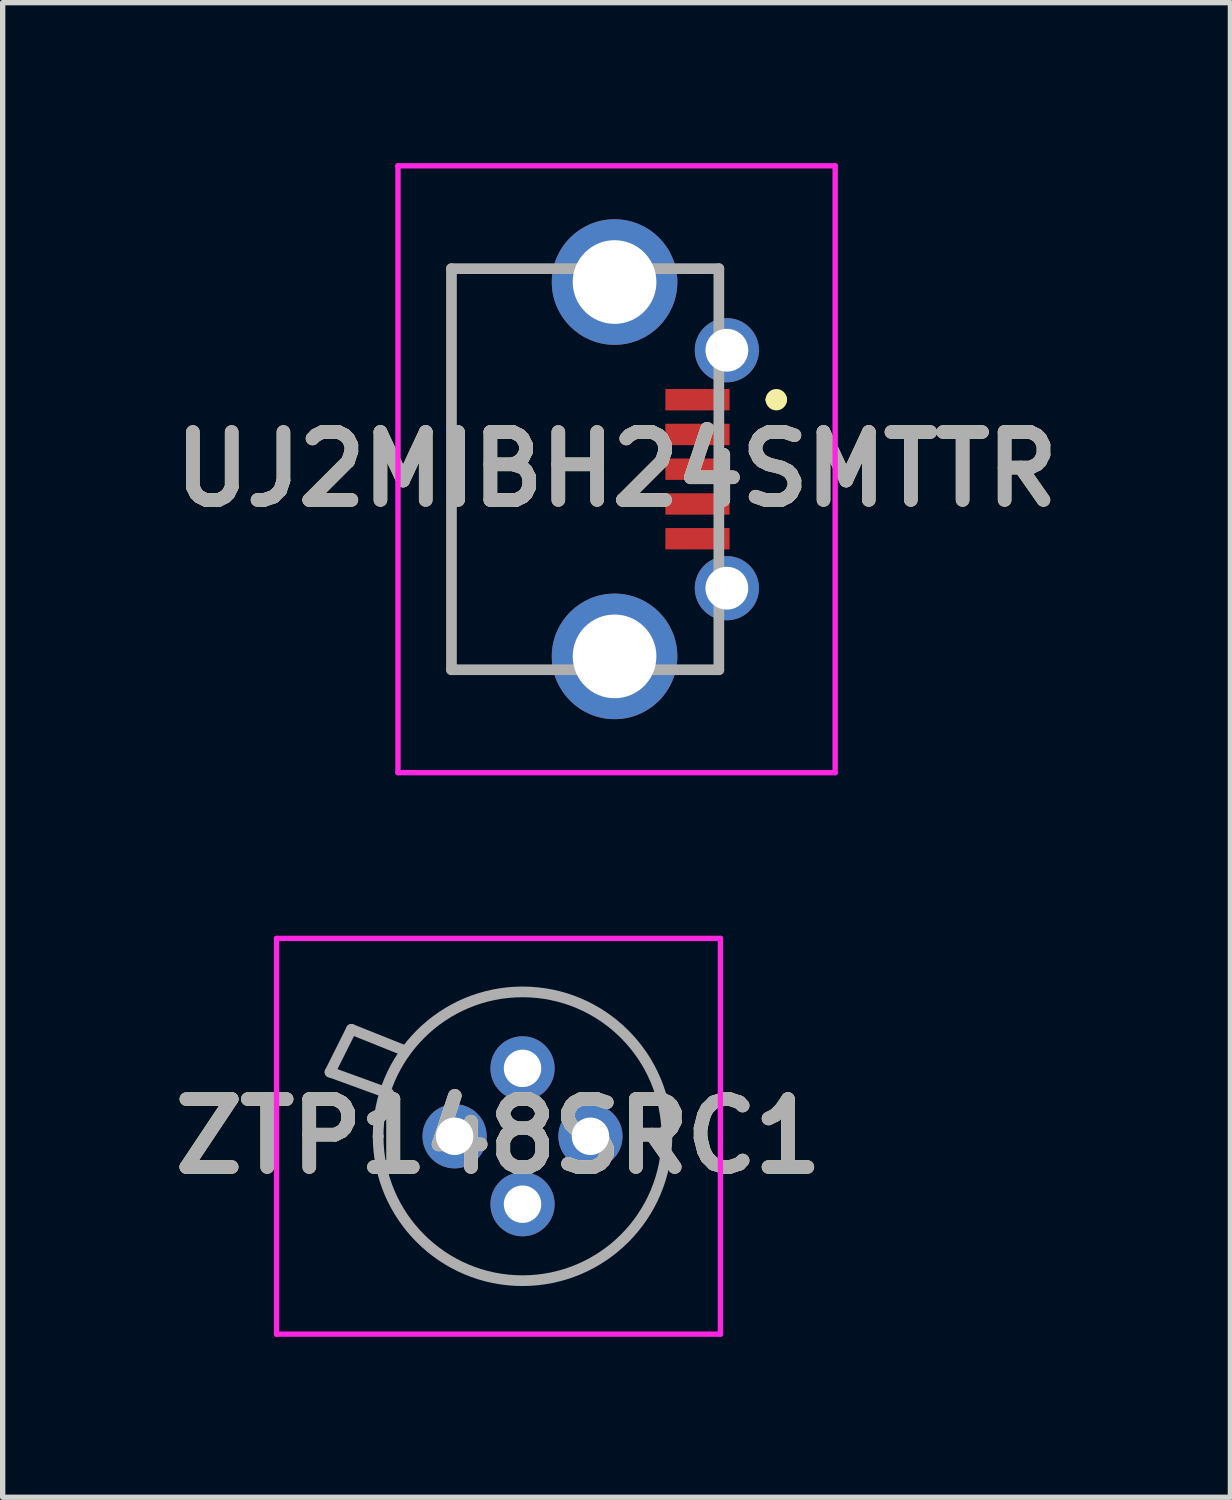
<source format=kicad_pcb>
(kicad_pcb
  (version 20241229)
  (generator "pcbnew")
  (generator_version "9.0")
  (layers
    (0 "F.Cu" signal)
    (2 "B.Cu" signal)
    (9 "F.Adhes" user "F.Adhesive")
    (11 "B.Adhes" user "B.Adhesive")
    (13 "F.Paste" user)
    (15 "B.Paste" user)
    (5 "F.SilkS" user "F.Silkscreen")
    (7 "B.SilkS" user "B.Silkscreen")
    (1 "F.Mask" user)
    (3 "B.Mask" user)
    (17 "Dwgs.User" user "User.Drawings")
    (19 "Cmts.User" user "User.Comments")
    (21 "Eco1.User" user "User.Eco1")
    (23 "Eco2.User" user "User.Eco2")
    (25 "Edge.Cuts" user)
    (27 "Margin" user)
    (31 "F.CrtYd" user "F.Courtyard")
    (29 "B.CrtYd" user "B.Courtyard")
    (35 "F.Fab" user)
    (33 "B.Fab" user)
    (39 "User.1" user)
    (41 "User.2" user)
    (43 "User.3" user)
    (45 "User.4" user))
  (footprint "UJ2MIBH24SMTTR"
    (layer "F.Cu")
    (at 7.967 5.724)
    (property "Reference" "UJ2MIBH24SMTTR" (at 0.512 0 0) (layer "F.SilkS") (effects (font (size 1.27 1.27) (thickness 0.254))))
    (attr through_hole)
    (fp_line (start -2.575 -3.75) (end -1.075 -3.75) (stroke (width 0.1) (type solid)) (layer "F.SilkS"))
    (fp_line (start -2.575 3.75) (end -2.575 -3.75) (stroke (width 0.1) (type solid)) (layer "F.SilkS"))
    (fp_line (start -1.575 3.75) (end -2.575 3.75) (stroke (width 0.1) (type solid)) (layer "F.SilkS"))
    (fp_line (start 2.025 -3.75) (end 2.425 -3.75) (stroke (width 0.1) (type solid)) (layer "F.SilkS"))
    (fp_line (start 2.025 3.75) (end 2.425 3.75) (stroke (width 0.1) (type solid)) (layer "F.SilkS"))
    (fp_line (start 2.425 -3.75) (end 2.425 -3.75) (stroke (width 0.1) (type solid)) (layer "F.SilkS"))
    (fp_line (start 2.425 3.75) (end 2.425 3.75) (stroke (width 0.1) (type solid)) (layer "F.SilkS"))
    (fp_line (start 3.4 -1.3) (end 3.4 -1.3) (stroke (width 0.2) (type solid)) (layer "F.SilkS"))
    (fp_line (start 3.6 -1.3) (end 3.6 -1.3) (stroke (width 0.2) (type solid)) (layer "F.SilkS"))
    (fp_arc (start 3.4 -1.3) (mid 3.5 -1.4) (end 3.6 -1.3) (stroke (width 0.2) (type solid)) (layer "F.SilkS"))
    (fp_arc (start 3.6 -1.3) (mid 3.5 -1.2) (end 3.4 -1.3) (stroke (width 0.2) (type solid)) (layer "F.SilkS"))
    (fp_line (start -3.575 -5.674) (end 4.6 -5.674) (stroke (width 0.1) (type solid)) (layer "F.CrtYd"))
    (fp_line (start -3.575 5.674) (end -3.575 -5.674) (stroke (width 0.1) (type solid)) (layer "F.CrtYd"))
    (fp_line (start 4.6 -5.674) (end 4.6 5.674) (stroke (width 0.1) (type solid)) (layer "F.CrtYd"))
    (fp_line (start 4.6 5.674) (end -3.575 5.674) (stroke (width 0.1) (type solid)) (layer "F.CrtYd"))
    (fp_line (start -2.575 -3.75) (end 2.425 -3.75) (stroke (width 0.2) (type solid)) (layer "F.Fab"))
    (fp_line (start -2.575 3.75) (end -2.575 -3.75) (stroke (width 0.2) (type solid)) (layer "F.Fab"))
    (fp_line (start 2.425 -3.75) (end 2.425 3.75) (stroke (width 0.2) (type solid)) (layer "F.Fab"))
    (fp_line (start 2.425 3.75) (end -2.575 3.75) (stroke (width 0.2) (type solid)) (layer "F.Fab"))
    (fp_text user "${REFERENCE}" (at 0.512 0 0) (layer "F.Fab") (effects (font (size 1.27 1.27) (thickness 0.254))))
    (pad "1" smd rect (at 2.025 -1.3 90) (size 0.4 1.2) (layers "F.Cu" "F.Mask" "F.Paste"))
    (pad "2" smd rect (at 2.025 -0.65 90) (size 0.4 1.2) (layers "F.Cu" "F.Mask" "F.Paste"))
    (pad "3" smd rect (at 2.025 0 90) (size 0.4 1.2) (layers "F.Cu" "F.Mask" "F.Paste"))
    (pad "4" smd rect (at 2.025 0.65 90) (size 0.4 1.2) (layers "F.Cu" "F.Mask" "F.Paste"))
    (pad "5" smd rect (at 2.025 1.3 90) (size 0.4 1.2) (layers "F.Cu" "F.Mask" "F.Paste"))
    (pad "MH1" thru_hole circle (at 2.575 -2.225) (size 1.2 1.2) (drill 0.8) (layers "*.Cu" "*.Mask"))
    (pad "MH2" thru_hole circle (at 2.575 2.225) (size 1.2 1.2) (drill 0.8) (layers "*.Cu" "*.Mask"))
    (pad "MH3" thru_hole circle (at 0.475 3.5) (size 2.348 2.348) (drill 1.565) (layers "*.Cu" "*.Mask"))
    (pad "MH4" thru_hole circle (at 0.475 -3.5) (size 2.348 2.348) (drill 1.565) (layers "*.Cu" "*.Mask")))
  (footprint "ZTP148SRC1"
    (layer "F.Cu")
    (at 6.721 18.198)
    (property "Reference" "ZTP148SRC1" (at -0.45 0 0) (layer "F.SilkS") (effects (font (size 1.27 1.27) (thickness 0.254))))
    (attr through_hole)
    (fp_line (start -2.7 0) (end -2.7 0) (stroke (width 0.1) (type solid)) (layer "F.SilkS"))
    (fp_line (start 2.7 0) (end 2.7 0) (stroke (width 0.1) (type solid)) (layer "F.SilkS"))
    (fp_arc (start -2.7 0) (mid 0 -2.7) (end 2.7 0) (stroke (width 0.1) (type solid)) (layer "F.SilkS"))
    (fp_arc (start 2.7 0) (mid 0 2.7) (end -2.7 0) (stroke (width 0.1) (type solid)) (layer "F.SilkS"))
    (fp_line (start -4.6 -3.7) (end -4.6 3.7) (stroke (width 0.1) (type solid)) (layer "F.CrtYd"))
    (fp_line (start -4.6 3.7) (end 3.7 3.7) (stroke (width 0.1) (type solid)) (layer "F.CrtYd"))
    (fp_line (start 3.7 -3.7) (end -4.6 -3.7) (stroke (width 0.1) (type solid)) (layer "F.CrtYd"))
    (fp_line (start 3.7 3.7) (end 3.7 -3.7) (stroke (width 0.1) (type solid)) (layer "F.CrtYd"))
    (fp_line (start -3.6 -1.2) (end -2.5 -0.8) (stroke (width 0.2) (type solid)) (layer "F.Fab"))
    (fp_line (start -3.2 -2) (end -3.6 -1.2) (stroke (width 0.2) (type solid)) (layer "F.Fab"))
    (fp_line (start -2.7 0) (end -2.7 0) (stroke (width 0.2) (type solid)) (layer "F.Fab"))
    (fp_line (start -2.2 -1.6) (end -3.2 -2) (stroke (width 0.2) (type solid)) (layer "F.Fab"))
    (fp_line (start 2.7 0) (end 2.7 0) (stroke (width 0.2) (type solid)) (layer "F.Fab"))
    (fp_arc (start -2.7 0) (mid 0 -2.7) (end 2.7 0) (stroke (width 0.2) (type solid)) (layer "F.Fab"))
    (fp_arc (start 2.7 0) (mid 0 2.7) (end -2.7 0) (stroke (width 0.2) (type solid)) (layer "F.Fab"))
    (fp_text user "${REFERENCE}" (at -0.45 0 0) (layer "F.Fab") (effects (font (size 1.27 1.27) (thickness 0.254))))
    (pad "1" thru_hole circle (at 0 -1.27) (size 1.2 1.2) (drill 0.7) (layers "*.Cu" "*.Mask"))
    (pad "2" thru_hole circle (at 0 1.27) (size 1.2 1.2) (drill 0.7) (layers "*.Cu" "*.Mask"))
    (pad "3" thru_hole circle (at 1.27 0) (size 1.2 1.2) (drill 0.7) (layers "*.Cu" "*.Mask"))
    (pad "4" thru_hole circle (at -1.27 0) (size 1.2 1.2) (drill 0.7) (layers "*.Cu" "*.Mask")))
  (gr_rect
    (start -3 -3)
    (end 19.958 24.948)
    (stroke (width 0.1) (type default))
    (fill no)
    (layer "Edge.Cuts")))
</source>
